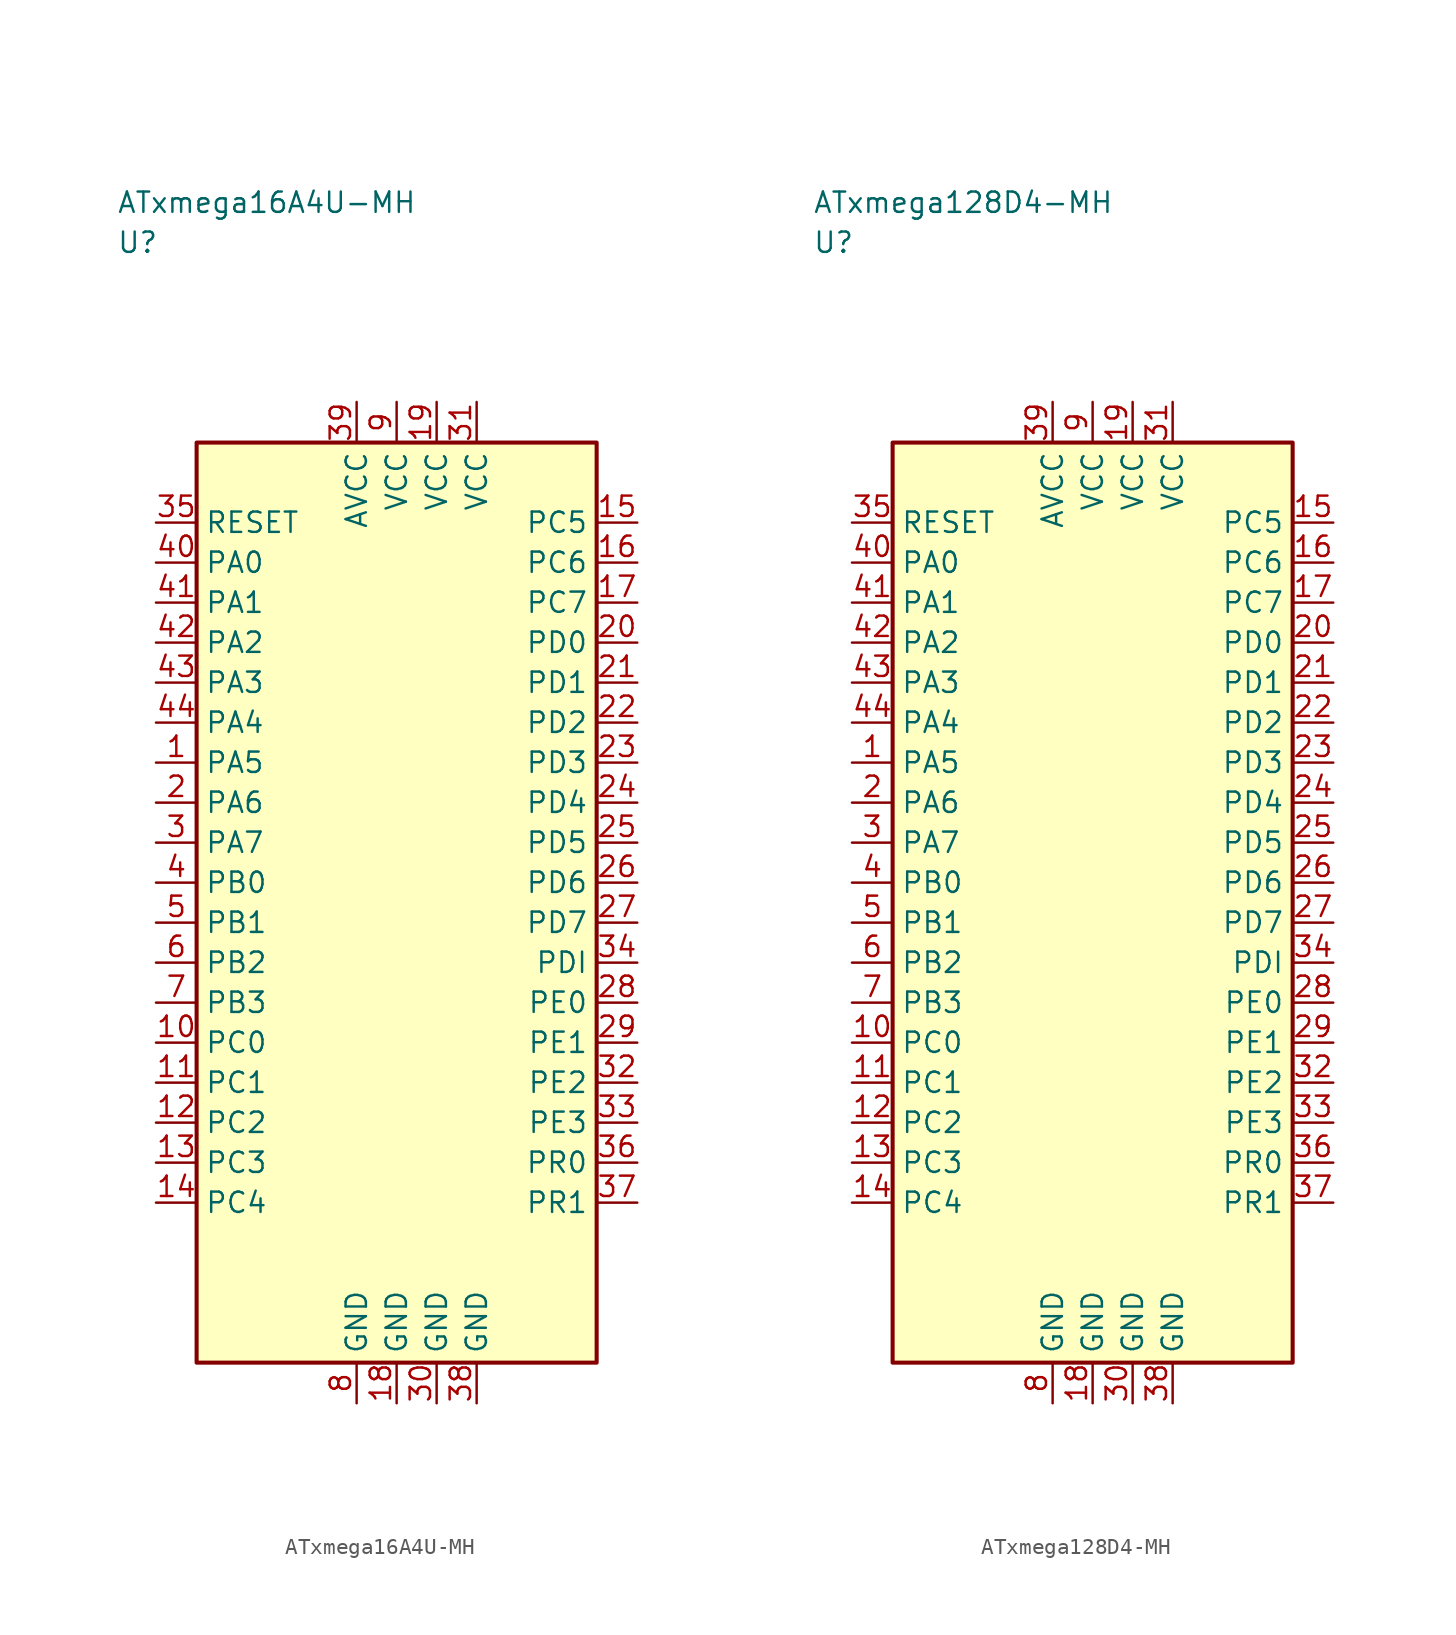
<source format=kicad_sym>
(kicad_symbol_lib
  (version 20241025)
  (generator "kicad_symbol_editor")
  (generator_version "8.0")
  (symbol "ATxmega16A4U-MH"
    (property "Reference" "U"
      (at -17.5 41.25 0)
      (effects (font (size 1.27 1.27)) (justify left)))
    (property "Value" "ATxmega16A4U-MH"
      (at -17.5 43.75 0)
      (effects (font (size 1.27 1.27)) (justify left)))
    (symbol "ATxmega16A4U-MH_0_1"
      (rectangle (start -12.5 28.75) (end 12.5 -28.75) (stroke (width 0.254) (type default)) (fill (type background))))
    (symbol "ATxmega16A4U-MH_1_1"
      (pin bidirectional line (at -15.04 8.75 0.0) (length 2.54) (name "PA5" (effects (font (size 1.27 1.27)))) (number "1" (effects (font (size 1.27 1.27)))))
      (pin bidirectional line (at -15.04 6.25 0.0) (length 2.54) (name "PA6" (effects (font (size 1.27 1.27)))) (number "2" (effects (font (size 1.27 1.27)))))
      (pin bidirectional line (at -15.04 3.75 0.0) (length 2.54) (name "PA7" (effects (font (size 1.27 1.27)))) (number "3" (effects (font (size 1.27 1.27)))))
      (pin bidirectional line (at -15.04 1.25 0.0) (length 2.54) (name "PB0" (effects (font (size 1.27 1.27)))) (number "4" (effects (font (size 1.27 1.27)))))
      (pin bidirectional line (at -15.04 -1.25 0.0) (length 2.54) (name "PB1" (effects (font (size 1.27 1.27)))) (number "5" (effects (font (size 1.27 1.27)))))
      (pin bidirectional line (at -15.04 -3.75 0.0) (length 2.54) (name "PB2" (effects (font (size 1.27 1.27)))) (number "6" (effects (font (size 1.27 1.27)))))
      (pin bidirectional line (at -15.04 -6.25 0.0) (length 2.54) (name "PB3" (effects (font (size 1.27 1.27)))) (number "7" (effects (font (size 1.27 1.27)))))
      (pin passive line (at -2.5 -31.29 90.0) (length 2.54) (name "GND" (effects (font (size 1.27 1.27)))) (number "8" (effects (font (size 1.27 1.27)))))
      (pin power_in line (at 0.0 31.29 270.0) (length 2.54) (name "VCC" (effects (font (size 1.27 1.27)))) (number "9" (effects (font (size 1.27 1.27)))))
      (pin bidirectional line (at -15.04 -8.75 0.0) (length 2.54) (name "PC0" (effects (font (size 1.27 1.27)))) (number "10" (effects (font (size 1.27 1.27)))))
      (pin bidirectional line (at -15.04 -11.25 0.0) (length 2.54) (name "PC1" (effects (font (size 1.27 1.27)))) (number "11" (effects (font (size 1.27 1.27)))))
      (pin bidirectional line (at -15.04 -13.75 0.0) (length 2.54) (name "PC2" (effects (font (size 1.27 1.27)))) (number "12" (effects (font (size 1.27 1.27)))))
      (pin bidirectional line (at -15.04 -16.25 0.0) (length 2.54) (name "PC3" (effects (font (size 1.27 1.27)))) (number "13" (effects (font (size 1.27 1.27)))))
      (pin bidirectional line (at -15.04 -18.75 0.0) (length 2.54) (name "PC4" (effects (font (size 1.27 1.27)))) (number "14" (effects (font (size 1.27 1.27)))))
      (pin bidirectional line (at 15.04 23.75 180.0) (length 2.54) (name "PC5" (effects (font (size 1.27 1.27)))) (number "15" (effects (font (size 1.27 1.27)))))
      (pin bidirectional line (at 15.04 21.25 180.0) (length 2.54) (name "PC6" (effects (font (size 1.27 1.27)))) (number "16" (effects (font (size 1.27 1.27)))))
      (pin bidirectional line (at 15.04 18.75 180.0) (length 2.54) (name "PC7" (effects (font (size 1.27 1.27)))) (number "17" (effects (font (size 1.27 1.27)))))
      (pin passive line (at 0.0 -31.29 90.0) (length 2.54) (name "GND" (effects (font (size 1.27 1.27)))) (number "18" (effects (font (size 1.27 1.27)))))
      (pin power_in line (at 2.5 31.29 270.0) (length 2.54) (name "VCC" (effects (font (size 1.27 1.27)))) (number "19" (effects (font (size 1.27 1.27)))))
      (pin bidirectional line (at 15.04 16.25 180.0) (length 2.54) (name "PD0" (effects (font (size 1.27 1.27)))) (number "20" (effects (font (size 1.27 1.27)))))
      (pin bidirectional line (at 15.04 13.75 180.0) (length 2.54) (name "PD1" (effects (font (size 1.27 1.27)))) (number "21" (effects (font (size 1.27 1.27)))))
      (pin bidirectional line (at 15.04 11.25 180.0) (length 2.54) (name "PD2" (effects (font (size 1.27 1.27)))) (number "22" (effects (font (size 1.27 1.27)))))
      (pin bidirectional line (at 15.04 8.75 180.0) (length 2.54) (name "PD3" (effects (font (size 1.27 1.27)))) (number "23" (effects (font (size 1.27 1.27)))))
      (pin bidirectional line (at 15.04 6.25 180.0) (length 2.54) (name "PD4" (effects (font (size 1.27 1.27)))) (number "24" (effects (font (size 1.27 1.27)))))
      (pin bidirectional line (at 15.04 3.75 180.0) (length 2.54) (name "PD5" (effects (font (size 1.27 1.27)))) (number "25" (effects (font (size 1.27 1.27)))))
      (pin bidirectional line (at 15.04 1.25 180.0) (length 2.54) (name "PD6" (effects (font (size 1.27 1.27)))) (number "26" (effects (font (size 1.27 1.27)))))
      (pin bidirectional line (at 15.04 -1.25 180.0) (length 2.54) (name "PD7" (effects (font (size 1.27 1.27)))) (number "27" (effects (font (size 1.27 1.27)))))
      (pin bidirectional line (at 15.04 -6.25 180.0) (length 2.54) (name "PE0" (effects (font (size 1.27 1.27)))) (number "28" (effects (font (size 1.27 1.27)))))
      (pin bidirectional line (at 15.04 -8.75 180.0) (length 2.54) (name "PE1" (effects (font (size 1.27 1.27)))) (number "29" (effects (font (size 1.27 1.27)))))
      (pin passive line (at 2.5 -31.29 90.0) (length 2.54) (name "GND" (effects (font (size 1.27 1.27)))) (number "30" (effects (font (size 1.27 1.27)))))
      (pin power_in line (at 5.0 31.29 270.0) (length 2.54) (name "VCC" (effects (font (size 1.27 1.27)))) (number "31" (effects (font (size 1.27 1.27)))))
      (pin bidirectional line (at 15.04 -11.25 180.0) (length 2.54) (name "PE2" (effects (font (size 1.27 1.27)))) (number "32" (effects (font (size 1.27 1.27)))))
      (pin bidirectional line (at 15.04 -13.75 180.0) (length 2.54) (name "PE3" (effects (font (size 1.27 1.27)))) (number "33" (effects (font (size 1.27 1.27)))))
      (pin bidirectional line (at 15.04 -3.75 180.0) (length 2.54) (name "PDI" (effects (font (size 1.27 1.27)))) (number "34" (effects (font (size 1.27 1.27)))))
      (pin input line (at -15.04 23.75 0.0) (length 2.54) (name "RESET" (effects (font (size 1.27 1.27)))) (number "35" (effects (font (size 1.27 1.27)))))
      (pin bidirectional line (at 15.04 -16.25 180.0) (length 2.54) (name "PR0" (effects (font (size 1.27 1.27)))) (number "36" (effects (font (size 1.27 1.27)))))
      (pin bidirectional line (at 15.04 -18.75 180.0) (length 2.54) (name "PR1" (effects (font (size 1.27 1.27)))) (number "37" (effects (font (size 1.27 1.27)))))
      (pin passive line (at 5.0 -31.29 90.0) (length 2.54) (name "GND" (effects (font (size 1.27 1.27)))) (number "38" (effects (font (size 1.27 1.27)))))
      (pin power_in line (at -2.5 31.29 270.0) (length 2.54) (name "AVCC" (effects (font (size 1.27 1.27)))) (number "39" (effects (font (size 1.27 1.27)))))
      (pin bidirectional line (at -15.04 21.25 0.0) (length 2.54) (name "PA0" (effects (font (size 1.27 1.27)))) (number "40" (effects (font (size 1.27 1.27)))))
      (pin bidirectional line (at -15.04 18.75 0.0) (length 2.54) (name "PA1" (effects (font (size 1.27 1.27)))) (number "41" (effects (font (size 1.27 1.27)))))
      (pin bidirectional line (at -15.04 16.25 0.0) (length 2.54) (name "PA2" (effects (font (size 1.27 1.27)))) (number "42" (effects (font (size 1.27 1.27)))))
      (pin bidirectional line (at -15.04 13.75 0.0) (length 2.54) (name "PA3" (effects (font (size 1.27 1.27)))) (number "43" (effects (font (size 1.27 1.27)))))
      (pin bidirectional line (at -15.04 11.25 0.0) (length 2.54) (name "PA4" (effects (font (size 1.27 1.27)))) (number "44" (effects (font (size 1.27 1.27)))))))
  (symbol "ATxmega128D4-MH"
    (property "Reference" "U"
      (at -17.5 41.25 0)
      (effects (font (size 1.27 1.27)) (justify left)))
    (property "Value" "ATxmega128D4-MH"
      (at -17.5 43.75 0)
      (effects (font (size 1.27 1.27)) (justify left)))
    (symbol "ATxmega128D4-MH_0_1"
      (rectangle (start -12.5 28.75) (end 12.5 -28.75) (stroke (width 0.254) (type default)) (fill (type background))))
    (symbol "ATxmega128D4-MH_1_1"
      (pin bidirectional line (at -15.04 8.75 0.0) (length 2.54) (name "PA5" (effects (font (size 1.27 1.27)))) (number "1" (effects (font (size 1.27 1.27)))))
      (pin bidirectional line (at -15.04 6.25 0.0) (length 2.54) (name "PA6" (effects (font (size 1.27 1.27)))) (number "2" (effects (font (size 1.27 1.27)))))
      (pin bidirectional line (at -15.04 3.75 0.0) (length 2.54) (name "PA7" (effects (font (size 1.27 1.27)))) (number "3" (effects (font (size 1.27 1.27)))))
      (pin bidirectional line (at -15.04 1.25 0.0) (length 2.54) (name "PB0" (effects (font (size 1.27 1.27)))) (number "4" (effects (font (size 1.27 1.27)))))
      (pin bidirectional line (at -15.04 -1.25 0.0) (length 2.54) (name "PB1" (effects (font (size 1.27 1.27)))) (number "5" (effects (font (size 1.27 1.27)))))
      (pin bidirectional line (at -15.04 -3.75 0.0) (length 2.54) (name "PB2" (effects (font (size 1.27 1.27)))) (number "6" (effects (font (size 1.27 1.27)))))
      (pin bidirectional line (at -15.04 -6.25 0.0) (length 2.54) (name "PB3" (effects (font (size 1.27 1.27)))) (number "7" (effects (font (size 1.27 1.27)))))
      (pin passive line (at -2.5 -31.29 90.0) (length 2.54) (name "GND" (effects (font (size 1.27 1.27)))) (number "8" (effects (font (size 1.27 1.27)))))
      (pin power_in line (at 0.0 31.29 270.0) (length 2.54) (name "VCC" (effects (font (size 1.27 1.27)))) (number "9" (effects (font (size 1.27 1.27)))))
      (pin bidirectional line (at -15.04 -8.75 0.0) (length 2.54) (name "PC0" (effects (font (size 1.27 1.27)))) (number "10" (effects (font (size 1.27 1.27)))))
      (pin bidirectional line (at -15.04 -11.25 0.0) (length 2.54) (name "PC1" (effects (font (size 1.27 1.27)))) (number "11" (effects (font (size 1.27 1.27)))))
      (pin bidirectional line (at -15.04 -13.75 0.0) (length 2.54) (name "PC2" (effects (font (size 1.27 1.27)))) (number "12" (effects (font (size 1.27 1.27)))))
      (pin bidirectional line (at -15.04 -16.25 0.0) (length 2.54) (name "PC3" (effects (font (size 1.27 1.27)))) (number "13" (effects (font (size 1.27 1.27)))))
      (pin bidirectional line (at -15.04 -18.75 0.0) (length 2.54) (name "PC4" (effects (font (size 1.27 1.27)))) (number "14" (effects (font (size 1.27 1.27)))))
      (pin bidirectional line (at 15.04 23.75 180.0) (length 2.54) (name "PC5" (effects (font (size 1.27 1.27)))) (number "15" (effects (font (size 1.27 1.27)))))
      (pin bidirectional line (at 15.04 21.25 180.0) (length 2.54) (name "PC6" (effects (font (size 1.27 1.27)))) (number "16" (effects (font (size 1.27 1.27)))))
      (pin bidirectional line (at 15.04 18.75 180.0) (length 2.54) (name "PC7" (effects (font (size 1.27 1.27)))) (number "17" (effects (font (size 1.27 1.27)))))
      (pin passive line (at 0.0 -31.29 90.0) (length 2.54) (name "GND" (effects (font (size 1.27 1.27)))) (number "18" (effects (font (size 1.27 1.27)))))
      (pin power_in line (at 2.5 31.29 270.0) (length 2.54) (name "VCC" (effects (font (size 1.27 1.27)))) (number "19" (effects (font (size 1.27 1.27)))))
      (pin bidirectional line (at 15.04 16.25 180.0) (length 2.54) (name "PD0" (effects (font (size 1.27 1.27)))) (number "20" (effects (font (size 1.27 1.27)))))
      (pin bidirectional line (at 15.04 13.75 180.0) (length 2.54) (name "PD1" (effects (font (size 1.27 1.27)))) (number "21" (effects (font (size 1.27 1.27)))))
      (pin bidirectional line (at 15.04 11.25 180.0) (length 2.54) (name "PD2" (effects (font (size 1.27 1.27)))) (number "22" (effects (font (size 1.27 1.27)))))
      (pin bidirectional line (at 15.04 8.75 180.0) (length 2.54) (name "PD3" (effects (font (size 1.27 1.27)))) (number "23" (effects (font (size 1.27 1.27)))))
      (pin bidirectional line (at 15.04 6.25 180.0) (length 2.54) (name "PD4" (effects (font (size 1.27 1.27)))) (number "24" (effects (font (size 1.27 1.27)))))
      (pin bidirectional line (at 15.04 3.75 180.0) (length 2.54) (name "PD5" (effects (font (size 1.27 1.27)))) (number "25" (effects (font (size 1.27 1.27)))))
      (pin bidirectional line (at 15.04 1.25 180.0) (length 2.54) (name "PD6" (effects (font (size 1.27 1.27)))) (number "26" (effects (font (size 1.27 1.27)))))
      (pin bidirectional line (at 15.04 -1.25 180.0) (length 2.54) (name "PD7" (effects (font (size 1.27 1.27)))) (number "27" (effects (font (size 1.27 1.27)))))
      (pin bidirectional line (at 15.04 -6.25 180.0) (length 2.54) (name "PE0" (effects (font (size 1.27 1.27)))) (number "28" (effects (font (size 1.27 1.27)))))
      (pin bidirectional line (at 15.04 -8.75 180.0) (length 2.54) (name "PE1" (effects (font (size 1.27 1.27)))) (number "29" (effects (font (size 1.27 1.27)))))
      (pin passive line (at 2.5 -31.29 90.0) (length 2.54) (name "GND" (effects (font (size 1.27 1.27)))) (number "30" (effects (font (size 1.27 1.27)))))
      (pin power_in line (at 5.0 31.29 270.0) (length 2.54) (name "VCC" (effects (font (size 1.27 1.27)))) (number "31" (effects (font (size 1.27 1.27)))))
      (pin bidirectional line (at 15.04 -11.25 180.0) (length 2.54) (name "PE2" (effects (font (size 1.27 1.27)))) (number "32" (effects (font (size 1.27 1.27)))))
      (pin bidirectional line (at 15.04 -13.75 180.0) (length 2.54) (name "PE3" (effects (font (size 1.27 1.27)))) (number "33" (effects (font (size 1.27 1.27)))))
      (pin bidirectional line (at 15.04 -3.75 180.0) (length 2.54) (name "PDI" (effects (font (size 1.27 1.27)))) (number "34" (effects (font (size 1.27 1.27)))))
      (pin input line (at -15.04 23.75 0.0) (length 2.54) (name "RESET" (effects (font (size 1.27 1.27)))) (number "35" (effects (font (size 1.27 1.27)))))
      (pin bidirectional line (at 15.04 -16.25 180.0) (length 2.54) (name "PR0" (effects (font (size 1.27 1.27)))) (number "36" (effects (font (size 1.27 1.27)))))
      (pin bidirectional line (at 15.04 -18.75 180.0) (length 2.54) (name "PR1" (effects (font (size 1.27 1.27)))) (number "37" (effects (font (size 1.27 1.27)))))
      (pin passive line (at 5.0 -31.29 90.0) (length 2.54) (name "GND" (effects (font (size 1.27 1.27)))) (number "38" (effects (font (size 1.27 1.27)))))
      (pin power_in line (at -2.5 31.29 270.0) (length 2.54) (name "AVCC" (effects (font (size 1.27 1.27)))) (number "39" (effects (font (size 1.27 1.27)))))
      (pin bidirectional line (at -15.04 21.25 0.0) (length 2.54) (name "PA0" (effects (font (size 1.27 1.27)))) (number "40" (effects (font (size 1.27 1.27)))))
      (pin bidirectional line (at -15.04 18.75 0.0) (length 2.54) (name "PA1" (effects (font (size 1.27 1.27)))) (number "41" (effects (font (size 1.27 1.27)))))
      (pin bidirectional line (at -15.04 16.25 0.0) (length 2.54) (name "PA2" (effects (font (size 1.27 1.27)))) (number "42" (effects (font (size 1.27 1.27)))))
      (pin bidirectional line (at -15.04 13.75 0.0) (length 2.54) (name "PA3" (effects (font (size 1.27 1.27)))) (number "43" (effects (font (size 1.27 1.27)))))
      (pin bidirectional line (at -15.04 11.25 0.0) (length 2.54) (name "PA4" (effects (font (size 1.27 1.27)))) (number "44" (effects (font (size 1.27 1.27))))))))
</source>
